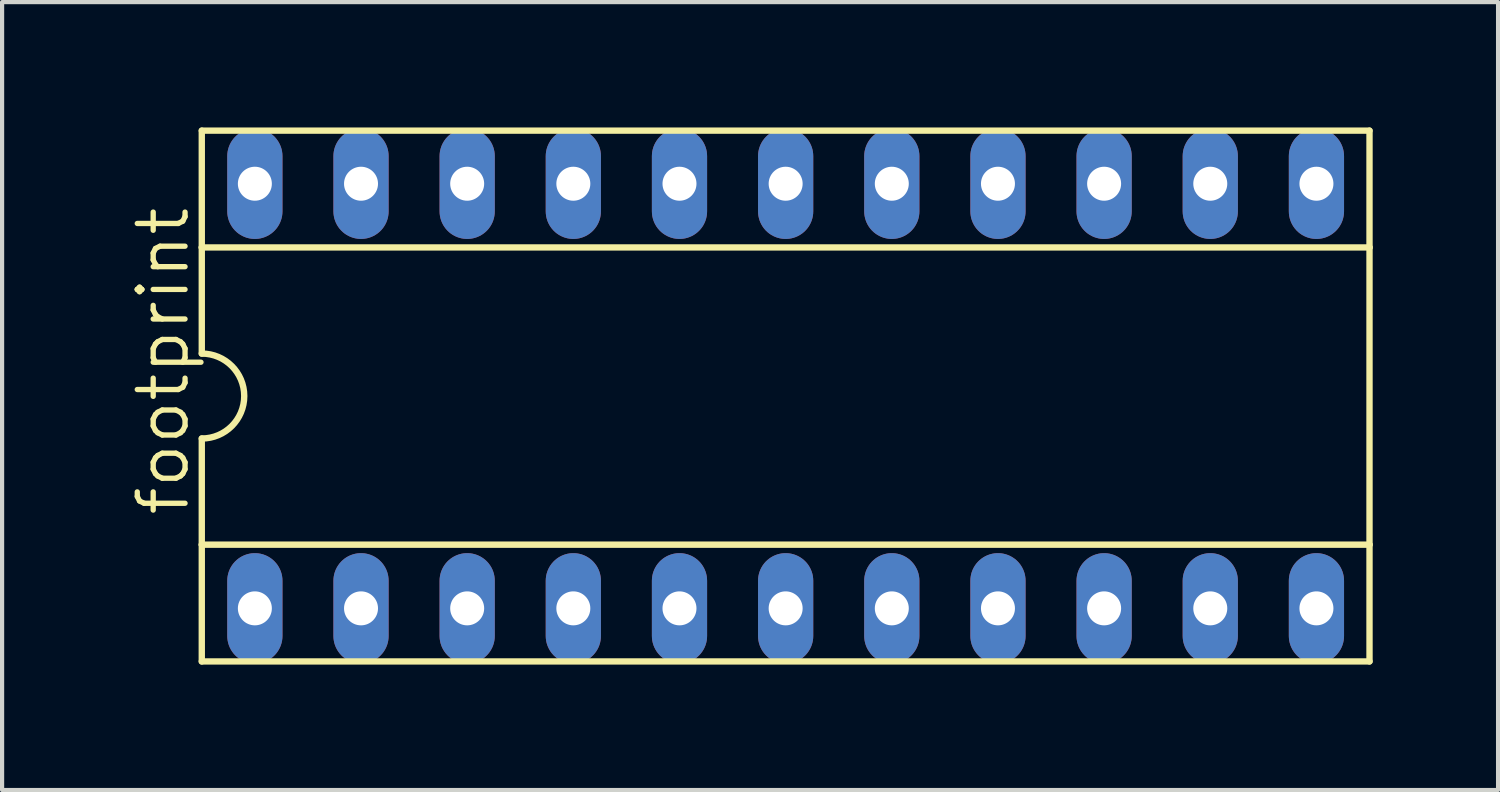
<source format=kicad_pcb>
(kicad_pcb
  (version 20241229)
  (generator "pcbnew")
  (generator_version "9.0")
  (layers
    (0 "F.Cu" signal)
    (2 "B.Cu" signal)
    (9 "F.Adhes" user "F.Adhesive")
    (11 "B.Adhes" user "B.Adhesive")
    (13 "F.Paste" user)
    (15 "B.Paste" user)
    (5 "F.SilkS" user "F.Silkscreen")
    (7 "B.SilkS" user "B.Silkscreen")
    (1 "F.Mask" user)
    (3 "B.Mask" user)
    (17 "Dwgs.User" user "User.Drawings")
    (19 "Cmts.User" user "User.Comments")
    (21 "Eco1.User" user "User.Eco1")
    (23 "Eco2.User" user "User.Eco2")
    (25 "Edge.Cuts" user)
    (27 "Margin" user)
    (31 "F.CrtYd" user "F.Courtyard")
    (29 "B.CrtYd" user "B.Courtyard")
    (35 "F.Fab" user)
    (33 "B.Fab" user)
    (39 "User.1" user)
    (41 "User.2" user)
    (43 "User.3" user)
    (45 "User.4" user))
  (footprint "footprint"
    (layer "F.Cu")
    (at 15.748 6.426)
    (property "Reference" "footprint" (at -14.224 2.921 90) (layer "F.SilkS") (effects (font (size 1.143 1.143) (thickness 0.127)) (justify left bottom)))
    (fp_line (start -13.97 -6.35) (end -13.97 -3.556) (stroke (width 0.152) (type solid)) (layer "F.SilkS"))
    (fp_line (start -13.97 -3.556) (end -13.97 -1.016) (stroke (width 0.152) (type solid)) (layer "F.SilkS"))
    (fp_line (start -13.97 3.556) (end -13.97 1.016) (stroke (width 0.152) (type solid)) (layer "F.SilkS"))
    (fp_line (start -13.97 3.556) (end 13.97 3.556) (stroke (width 0.152) (type solid)) (layer "F.SilkS"))
    (fp_line (start -13.97 6.35) (end -13.97 3.556) (stroke (width 0.152) (type solid)) (layer "F.SilkS"))
    (fp_line (start -13.97 6.35) (end 13.97 6.35) (stroke (width 0.152) (type solid)) (layer "F.SilkS"))
    (fp_line (start 13.97 -6.35) (end -13.97 -6.35) (stroke (width 0.152) (type solid)) (layer "F.SilkS"))
    (fp_line (start 13.97 -6.35) (end 13.97 -3.556) (stroke (width 0.152) (type solid)) (layer "F.SilkS"))
    (fp_line (start 13.97 -3.556) (end -13.97 -3.556) (stroke (width 0.152) (type solid)) (layer "F.SilkS"))
    (fp_line (start 13.97 -3.556) (end 13.97 3.556) (stroke (width 0.152) (type solid)) (layer "F.SilkS"))
    (fp_line (start 13.97 6.35) (end 13.97 3.556) (stroke (width 0.152) (type solid)) (layer "F.SilkS"))
    (fp_arc (start -13.97 -1.016) (mid -12.954 0) (end -13.97 1.016) (stroke (width 0.1524) (type solid)) (layer "F.SilkS"))
    (pad "1" thru_hole oval (at -12.7 5.08 90) (size 2.642 1.321) (drill 0.813) (layers "*.Cu" "*.Mask"))
    (pad "2" thru_hole oval (at -10.16 5.08 90) (size 2.642 1.321) (drill 0.813) (layers "*.Cu" "*.Mask"))
    (pad "3" thru_hole oval (at -7.62 5.08 90) (size 2.642 1.321) (drill 0.813) (layers "*.Cu" "*.Mask"))
    (pad "4" thru_hole oval (at -5.08 5.08 90) (size 2.642 1.321) (drill 0.813) (layers "*.Cu" "*.Mask"))
    (pad "5" thru_hole oval (at -2.54 5.08 90) (size 2.642 1.321) (drill 0.813) (layers "*.Cu" "*.Mask"))
    (pad "6" thru_hole oval (at 0 5.08 90) (size 2.642 1.321) (drill 0.813) (layers "*.Cu" "*.Mask"))
    (pad "7" thru_hole oval (at 2.54 5.08 90) (size 2.642 1.321) (drill 0.813) (layers "*.Cu" "*.Mask"))
    (pad "8" thru_hole oval (at 5.08 5.08 90) (size 2.642 1.321) (drill 0.813) (layers "*.Cu" "*.Mask"))
    (pad "9" thru_hole oval (at 7.62 5.08 90) (size 2.642 1.321) (drill 0.813) (layers "*.Cu" "*.Mask"))
    (pad "10" thru_hole oval (at 10.16 5.08 90) (size 2.642 1.321) (drill 0.813) (layers "*.Cu" "*.Mask"))
    (pad "11" thru_hole oval (at 12.7 5.08 90) (size 2.642 1.321) (drill 0.813) (layers "*.Cu" "*.Mask"))
    (pad "12" thru_hole oval (at 12.7 -5.08 90) (size 2.642 1.321) (drill 0.813) (layers "*.Cu" "*.Mask"))
    (pad "13" thru_hole oval (at 10.16 -5.08 90) (size 2.642 1.321) (drill 0.813) (layers "*.Cu" "*.Mask"))
    (pad "14" thru_hole oval (at 7.62 -5.08 90) (size 2.642 1.321) (drill 0.813) (layers "*.Cu" "*.Mask"))
    (pad "15" thru_hole oval (at 5.08 -5.08 90) (size 2.642 1.321) (drill 0.813) (layers "*.Cu" "*.Mask"))
    (pad "16" thru_hole oval (at 2.54 -5.08 90) (size 2.642 1.321) (drill 0.813) (layers "*.Cu" "*.Mask"))
    (pad "17" thru_hole oval (at 0 -5.08 90) (size 2.642 1.321) (drill 0.813) (layers "*.Cu" "*.Mask"))
    (pad "18" thru_hole oval (at -2.54 -5.08 90) (size 2.642 1.321) (drill 0.813) (layers "*.Cu" "*.Mask"))
    (pad "19" thru_hole oval (at -5.08 -5.08 90) (size 2.642 1.321) (drill 0.813) (layers "*.Cu" "*.Mask"))
    (pad "20" thru_hole oval (at -7.62 -5.08 90) (size 2.642 1.321) (drill 0.813) (layers "*.Cu" "*.Mask"))
    (pad "21" thru_hole oval (at -10.16 -5.08 90) (size 2.642 1.321) (drill 0.813) (layers "*.Cu" "*.Mask"))
    (pad "22" thru_hole oval (at -12.7 -5.08 90) (size 2.642 1.321) (drill 0.813) (layers "*.Cu" "*.Mask")))
  (gr_rect
    (start -3 -3)
    (end 32.794 15.852)
    (stroke (width 0.1) (type default))
    (fill no)
    (layer "Edge.Cuts")))
</source>
